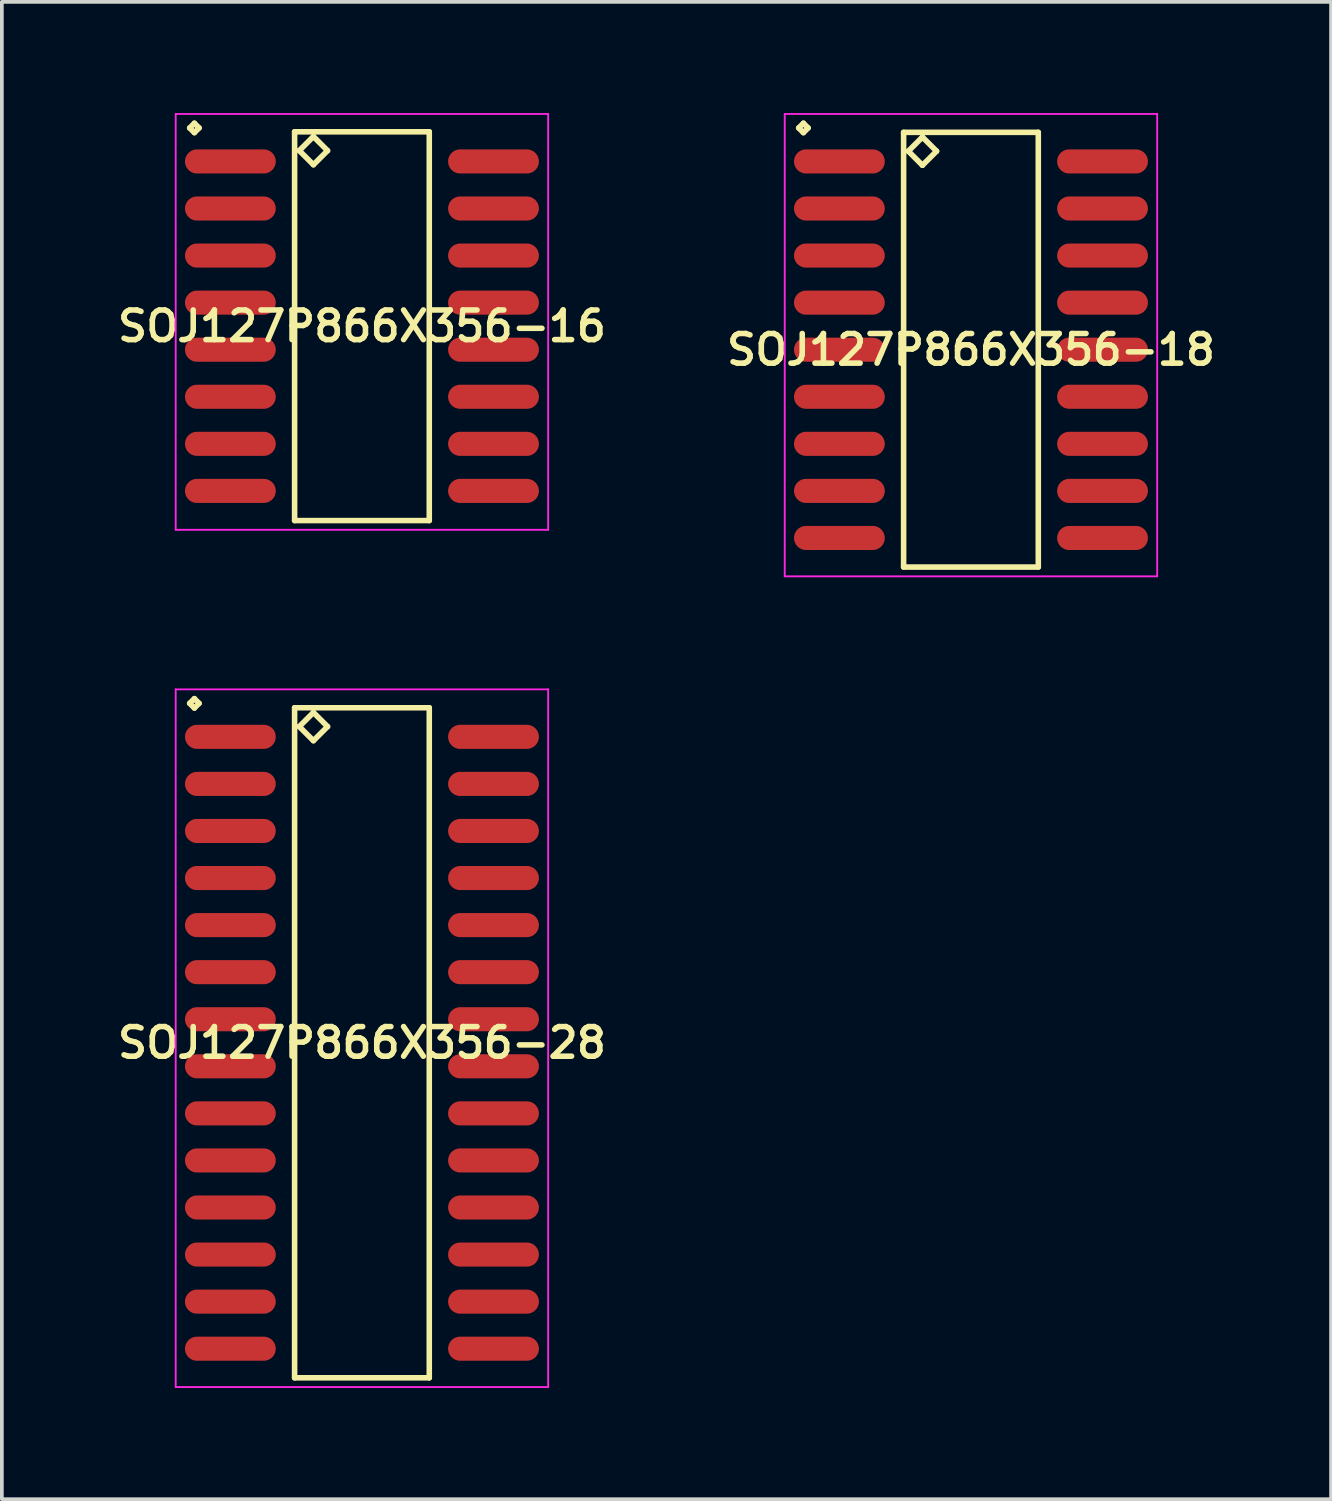
<source format=kicad_pcb>
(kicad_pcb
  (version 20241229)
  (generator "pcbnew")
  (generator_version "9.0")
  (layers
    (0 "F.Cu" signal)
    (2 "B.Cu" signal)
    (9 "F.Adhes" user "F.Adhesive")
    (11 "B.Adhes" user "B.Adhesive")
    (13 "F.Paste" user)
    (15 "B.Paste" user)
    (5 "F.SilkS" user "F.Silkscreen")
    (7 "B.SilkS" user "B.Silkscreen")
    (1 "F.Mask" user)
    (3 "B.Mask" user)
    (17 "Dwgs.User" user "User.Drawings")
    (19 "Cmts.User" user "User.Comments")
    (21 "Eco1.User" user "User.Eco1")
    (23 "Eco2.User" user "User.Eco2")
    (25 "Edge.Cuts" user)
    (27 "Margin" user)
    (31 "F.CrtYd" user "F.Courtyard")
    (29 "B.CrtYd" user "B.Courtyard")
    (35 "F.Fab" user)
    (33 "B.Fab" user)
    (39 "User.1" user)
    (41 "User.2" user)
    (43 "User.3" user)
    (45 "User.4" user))
  (footprint "SOJ127P866X356-16"
    (layer "F.Cu")
    (at 6.716 5.751)
    (property "Reference" "SOJ127P866X356-16" (at 0 0 0) (layer "F.SilkS") (effects (font (size 0.8 0.8) (thickness 0.15))))
    (attr smd)
    (fp_line (start -4.648 -5.349) (end -4.521 -5.476) (stroke (width 0.15) (type solid)) (layer "F.SilkS"))
    (fp_line (start -4.521 -5.476) (end -4.394 -5.349) (stroke (width 0.15) (type solid)) (layer "F.SilkS"))
    (fp_line (start -4.521 -5.222) (end -4.648 -5.349) (stroke (width 0.15) (type solid)) (layer "F.SilkS"))
    (fp_line (start -4.394 -5.349) (end -4.521 -5.222) (stroke (width 0.15) (type solid)) (layer "F.SilkS"))
    (fp_line (start -1.817 -5.245) (end -1.817 5.245) (stroke (width 0.15) (type solid)) (layer "F.SilkS"))
    (fp_line (start -1.817 5.245) (end 1.817 5.245) (stroke (width 0.15) (type solid)) (layer "F.SilkS"))
    (fp_line (start -1.69 -4.737) (end -1.309 -5.118) (stroke (width 0.15) (type solid)) (layer "F.SilkS"))
    (fp_line (start -1.309 -5.118) (end -0.928 -4.737) (stroke (width 0.15) (type solid)) (layer "F.SilkS"))
    (fp_line (start -1.309 -4.356) (end -1.69 -4.737) (stroke (width 0.15) (type solid)) (layer "F.SilkS"))
    (fp_line (start -0.928 -4.737) (end -1.309 -4.356) (stroke (width 0.15) (type solid)) (layer "F.SilkS"))
    (fp_line (start 1.817 -5.245) (end -1.817 -5.245) (stroke (width 0.15) (type solid)) (layer "F.SilkS"))
    (fp_line (start 1.817 5.245) (end 1.817 -5.245) (stroke (width 0.15) (type solid)) (layer "F.SilkS"))
    (fp_line (start -5.025 -5.726) (end 5.025 -5.726) (stroke (width 0.05) (type solid)) (layer "F.CrtYd"))
    (fp_line (start -5.025 5.495) (end -5.025 -5.726) (stroke (width 0.05) (type solid)) (layer "F.CrtYd"))
    (fp_line (start 5.025 -5.726) (end 5.025 5.495) (stroke (width 0.05) (type solid)) (layer "F.CrtYd"))
    (fp_line (start 5.025 5.495) (end -5.025 5.495) (stroke (width 0.05) (type solid)) (layer "F.CrtYd"))
    (pad "1" smd oval (at -3.55 -4.445) (size 2.45 0.65) (layers "F.Cu" "F.Mask" "F.Paste"))
    (pad "2" smd oval (at -3.55 -3.175) (size 2.45 0.65) (layers "F.Cu" "F.Mask" "F.Paste"))
    (pad "3" smd oval (at -3.55 -1.905) (size 2.45 0.65) (layers "F.Cu" "F.Mask" "F.Paste"))
    (pad "4" smd oval (at -3.55 -0.635) (size 2.45 0.65) (layers "F.Cu" "F.Mask" "F.Paste"))
    (pad "5" smd oval (at -3.55 0.635) (size 2.45 0.65) (layers "F.Cu" "F.Mask" "F.Paste"))
    (pad "6" smd oval (at -3.55 1.905) (size 2.45 0.65) (layers "F.Cu" "F.Mask" "F.Paste"))
    (pad "7" smd oval (at -3.55 3.175) (size 2.45 0.65) (layers "F.Cu" "F.Mask" "F.Paste"))
    (pad "8" smd oval (at -3.55 4.445) (size 2.45 0.65) (layers "F.Cu" "F.Mask" "F.Paste"))
    (pad "9" smd oval (at 3.55 4.445) (size 2.45 0.65) (layers "F.Cu" "F.Mask" "F.Paste"))
    (pad "10" smd oval (at 3.55 3.175) (size 2.45 0.65) (layers "F.Cu" "F.Mask" "F.Paste"))
    (pad "11" smd oval (at 3.55 1.905) (size 2.45 0.65) (layers "F.Cu" "F.Mask" "F.Paste"))
    (pad "12" smd oval (at 3.55 0.635) (size 2.45 0.65) (layers "F.Cu" "F.Mask" "F.Paste"))
    (pad "13" smd oval (at 3.55 -0.635) (size 2.45 0.65) (layers "F.Cu" "F.Mask" "F.Paste"))
    (pad "14" smd oval (at 3.55 -1.905) (size 2.45 0.65) (layers "F.Cu" "F.Mask" "F.Paste"))
    (pad "15" smd oval (at 3.55 -3.175) (size 2.45 0.65) (layers "F.Cu" "F.Mask" "F.Paste"))
    (pad "16" smd oval (at 3.55 -4.445) (size 2.45 0.65) (layers "F.Cu" "F.Mask" "F.Paste")))
  (footprint "SOJ127P866X356-28"
    (layer "F.Cu")
    (at 6.716 25.087)
    (property "Reference" "SOJ127P866X356-28" (at 0 0 0) (layer "F.SilkS") (effects (font (size 0.8 0.8) (thickness 0.15))))
    (attr smd)
    (fp_line (start -4.648 -9.159) (end -4.521 -9.286) (stroke (width 0.15) (type solid)) (layer "F.SilkS"))
    (fp_line (start -4.521 -9.286) (end -4.394 -9.159) (stroke (width 0.15) (type solid)) (layer "F.SilkS"))
    (fp_line (start -4.521 -9.032) (end -4.648 -9.159) (stroke (width 0.15) (type solid)) (layer "F.SilkS"))
    (fp_line (start -4.394 -9.159) (end -4.521 -9.032) (stroke (width 0.15) (type solid)) (layer "F.SilkS"))
    (fp_line (start -1.817 -9.04) (end -1.817 9.04) (stroke (width 0.15) (type solid)) (layer "F.SilkS"))
    (fp_line (start -1.817 9.04) (end 1.817 9.04) (stroke (width 0.15) (type solid)) (layer "F.SilkS"))
    (fp_line (start -1.69 -8.532) (end -1.309 -8.913) (stroke (width 0.15) (type solid)) (layer "F.SilkS"))
    (fp_line (start -1.309 -8.913) (end -0.928 -8.532) (stroke (width 0.15) (type solid)) (layer "F.SilkS"))
    (fp_line (start -1.309 -8.151) (end -1.69 -8.532) (stroke (width 0.15) (type solid)) (layer "F.SilkS"))
    (fp_line (start -0.928 -8.532) (end -1.309 -8.151) (stroke (width 0.15) (type solid)) (layer "F.SilkS"))
    (fp_line (start 1.817 -9.04) (end -1.817 -9.04) (stroke (width 0.15) (type solid)) (layer "F.SilkS"))
    (fp_line (start 1.817 9.04) (end 1.817 -9.04) (stroke (width 0.15) (type solid)) (layer "F.SilkS"))
    (fp_line (start -5.025 -9.536) (end 5.025 -9.536) (stroke (width 0.05) (type solid)) (layer "F.CrtYd"))
    (fp_line (start -5.025 9.29) (end -5.025 -9.536) (stroke (width 0.05) (type solid)) (layer "F.CrtYd"))
    (fp_line (start 5.025 -9.536) (end 5.025 9.29) (stroke (width 0.05) (type solid)) (layer "F.CrtYd"))
    (fp_line (start 5.025 9.29) (end -5.025 9.29) (stroke (width 0.05) (type solid)) (layer "F.CrtYd"))
    (pad "1" smd oval (at -3.55 -8.255) (size 2.45 0.65) (layers "F.Cu" "F.Mask" "F.Paste"))
    (pad "2" smd oval (at -3.55 -6.985) (size 2.45 0.65) (layers "F.Cu" "F.Mask" "F.Paste"))
    (pad "3" smd oval (at -3.55 -5.715) (size 2.45 0.65) (layers "F.Cu" "F.Mask" "F.Paste"))
    (pad "4" smd oval (at -3.55 -4.445) (size 2.45 0.65) (layers "F.Cu" "F.Mask" "F.Paste"))
    (pad "5" smd oval (at -3.55 -3.175) (size 2.45 0.65) (layers "F.Cu" "F.Mask" "F.Paste"))
    (pad "6" smd oval (at -3.55 -1.905) (size 2.45 0.65) (layers "F.Cu" "F.Mask" "F.Paste"))
    (pad "7" smd oval (at -3.55 -0.635) (size 2.45 0.65) (layers "F.Cu" "F.Mask" "F.Paste"))
    (pad "8" smd oval (at -3.55 0.635) (size 2.45 0.65) (layers "F.Cu" "F.Mask" "F.Paste"))
    (pad "9" smd oval (at -3.55 1.905) (size 2.45 0.65) (layers "F.Cu" "F.Mask" "F.Paste"))
    (pad "10" smd oval (at -3.55 3.175) (size 2.45 0.65) (layers "F.Cu" "F.Mask" "F.Paste"))
    (pad "11" smd oval (at -3.55 4.445) (size 2.45 0.65) (layers "F.Cu" "F.Mask" "F.Paste"))
    (pad "12" smd oval (at -3.55 5.715) (size 2.45 0.65) (layers "F.Cu" "F.Mask" "F.Paste"))
    (pad "13" smd oval (at -3.55 6.985) (size 2.45 0.65) (layers "F.Cu" "F.Mask" "F.Paste"))
    (pad "14" smd oval (at -3.55 8.255) (size 2.45 0.65) (layers "F.Cu" "F.Mask" "F.Paste"))
    (pad "15" smd oval (at 3.55 8.255) (size 2.45 0.65) (layers "F.Cu" "F.Mask" "F.Paste"))
    (pad "16" smd oval (at 3.55 6.985) (size 2.45 0.65) (layers "F.Cu" "F.Mask" "F.Paste"))
    (pad "17" smd oval (at 3.55 5.715) (size 2.45 0.65) (layers "F.Cu" "F.Mask" "F.Paste"))
    (pad "18" smd oval (at 3.55 4.445) (size 2.45 0.65) (layers "F.Cu" "F.Mask" "F.Paste"))
    (pad "19" smd oval (at 3.55 3.175) (size 2.45 0.65) (layers "F.Cu" "F.Mask" "F.Paste"))
    (pad "20" smd oval (at 3.55 1.905) (size 2.45 0.65) (layers "F.Cu" "F.Mask" "F.Paste"))
    (pad "21" smd oval (at 3.55 0.635) (size 2.45 0.65) (layers "F.Cu" "F.Mask" "F.Paste"))
    (pad "22" smd oval (at 3.55 -0.635) (size 2.45 0.65) (layers "F.Cu" "F.Mask" "F.Paste"))
    (pad "23" smd oval (at 3.55 -1.905) (size 2.45 0.65) (layers "F.Cu" "F.Mask" "F.Paste"))
    (pad "24" smd oval (at 3.55 -3.175) (size 2.45 0.65) (layers "F.Cu" "F.Mask" "F.Paste"))
    (pad "25" smd oval (at 3.55 -4.445) (size 2.45 0.65) (layers "F.Cu" "F.Mask" "F.Paste"))
    (pad "26" smd oval (at 3.55 -5.715) (size 2.45 0.65) (layers "F.Cu" "F.Mask" "F.Paste"))
    (pad "27" smd oval (at 3.55 -6.985) (size 2.45 0.65) (layers "F.Cu" "F.Mask" "F.Paste"))
    (pad "28" smd oval (at 3.55 -8.255) (size 2.45 0.65) (layers "F.Cu" "F.Mask" "F.Paste")))
  (footprint "SOJ127P866X356-18"
    (layer "F.Cu")
    (at 23.149 6.386)
    (property "Reference" "SOJ127P866X356-18" (at 0 0 0) (layer "F.SilkS") (effects (font (size 0.8 0.8) (thickness 0.15))))
    (attr smd)
    (fp_line (start -4.648 -5.984) (end -4.521 -6.111) (stroke (width 0.15) (type solid)) (layer "F.SilkS"))
    (fp_line (start -4.521 -6.111) (end -4.394 -5.984) (stroke (width 0.15) (type solid)) (layer "F.SilkS"))
    (fp_line (start -4.521 -5.857) (end -4.648 -5.984) (stroke (width 0.15) (type solid)) (layer "F.SilkS"))
    (fp_line (start -4.394 -5.984) (end -4.521 -5.857) (stroke (width 0.15) (type solid)) (layer "F.SilkS"))
    (fp_line (start -1.817 -5.865) (end -1.817 5.865) (stroke (width 0.15) (type solid)) (layer "F.SilkS"))
    (fp_line (start -1.817 5.865) (end 1.817 5.865) (stroke (width 0.15) (type solid)) (layer "F.SilkS"))
    (fp_line (start -1.69 -5.357) (end -1.309 -5.738) (stroke (width 0.15) (type solid)) (layer "F.SilkS"))
    (fp_line (start -1.309 -5.738) (end -0.928 -5.357) (stroke (width 0.15) (type solid)) (layer "F.SilkS"))
    (fp_line (start -1.309 -4.976) (end -1.69 -5.357) (stroke (width 0.15) (type solid)) (layer "F.SilkS"))
    (fp_line (start -0.928 -5.357) (end -1.309 -4.976) (stroke (width 0.15) (type solid)) (layer "F.SilkS"))
    (fp_line (start 1.817 -5.865) (end -1.817 -5.865) (stroke (width 0.15) (type solid)) (layer "F.SilkS"))
    (fp_line (start 1.817 5.865) (end 1.817 -5.865) (stroke (width 0.15) (type solid)) (layer "F.SilkS"))
    (fp_line (start -5.025 -6.361) (end 5.025 -6.361) (stroke (width 0.05) (type solid)) (layer "F.CrtYd"))
    (fp_line (start -5.025 6.115) (end -5.025 -6.361) (stroke (width 0.05) (type solid)) (layer "F.CrtYd"))
    (fp_line (start 5.025 -6.361) (end 5.025 6.115) (stroke (width 0.05) (type solid)) (layer "F.CrtYd"))
    (fp_line (start 5.025 6.115) (end -5.025 6.115) (stroke (width 0.05) (type solid)) (layer "F.CrtYd"))
    (pad "1" smd oval (at -3.55 -5.08) (size 2.45 0.65) (layers "F.Cu" "F.Mask" "F.Paste"))
    (pad "2" smd oval (at -3.55 -3.81) (size 2.45 0.65) (layers "F.Cu" "F.Mask" "F.Paste"))
    (pad "3" smd oval (at -3.55 -2.54) (size 2.45 0.65) (layers "F.Cu" "F.Mask" "F.Paste"))
    (pad "4" smd oval (at -3.55 -1.27) (size 2.45 0.65) (layers "F.Cu" "F.Mask" "F.Paste"))
    (pad "5" smd oval (at -3.55 0) (size 2.45 0.65) (layers "F.Cu" "F.Mask" "F.Paste"))
    (pad "6" smd oval (at -3.55 1.27) (size 2.45 0.65) (layers "F.Cu" "F.Mask" "F.Paste"))
    (pad "7" smd oval (at -3.55 2.54) (size 2.45 0.65) (layers "F.Cu" "F.Mask" "F.Paste"))
    (pad "8" smd oval (at -3.55 3.81) (size 2.45 0.65) (layers "F.Cu" "F.Mask" "F.Paste"))
    (pad "9" smd oval (at -3.55 5.08) (size 2.45 0.65) (layers "F.Cu" "F.Mask" "F.Paste"))
    (pad "10" smd oval (at 3.55 5.08) (size 2.45 0.65) (layers "F.Cu" "F.Mask" "F.Paste"))
    (pad "11" smd oval (at 3.55 3.81) (size 2.45 0.65) (layers "F.Cu" "F.Mask" "F.Paste"))
    (pad "12" smd oval (at 3.55 2.54) (size 2.45 0.65) (layers "F.Cu" "F.Mask" "F.Paste"))
    (pad "13" smd oval (at 3.55 1.27) (size 2.45 0.65) (layers "F.Cu" "F.Mask" "F.Paste"))
    (pad "14" smd oval (at 3.55 0) (size 2.45 0.65) (layers "F.Cu" "F.Mask" "F.Paste"))
    (pad "15" smd oval (at 3.55 -1.27) (size 2.45 0.65) (layers "F.Cu" "F.Mask" "F.Paste"))
    (pad "16" smd oval (at 3.55 -2.54) (size 2.45 0.65) (layers "F.Cu" "F.Mask" "F.Paste"))
    (pad "17" smd oval (at 3.55 -3.81) (size 2.45 0.65) (layers "F.Cu" "F.Mask" "F.Paste"))
    (pad "18" smd oval (at 3.55 -5.08) (size 2.45 0.65) (layers "F.Cu" "F.Mask" "F.Paste")))
  (gr_rect
    (start -3 -3)
    (end 32.866 37.402)
    (stroke (width 0.1) (type default))
    (fill no)
    (layer "Edge.Cuts")))
</source>
